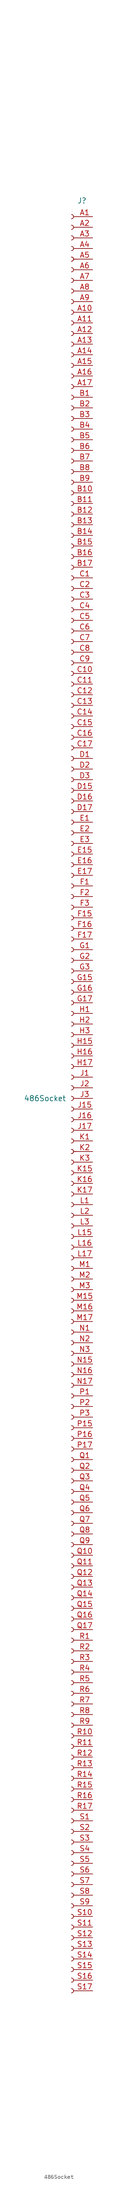
<source format=kicad_sym>
(kicad_symbol_lib
  (version 20211014)
  (generator kicad_symbol_editor)
  (symbol "486Socket"
    (pin_names
      (offset 1.016) hide)
    (property "Reference" "J"
      (at 1.27 215.9 0)
      (effects (font (size 1.27 1.27))))
    (property "Value" "486Socket"
      (at -7.62 1.27 0)
      (effects (font (size 1.27 1.27))))
    (symbol "486Socket_1_1"
      (arc (start -1.27 -212.598) (mid -0.762 -212.09) (end -1.27 -211.582) (stroke (width 0.1524) (type default) (color 0 0 0 0)) (fill (type none)))
      (arc (start -1.27 -210.058) (mid -0.762 -209.55) (end -1.27 -209.042) (stroke (width 0.1524) (type default) (color 0 0 0 0)) (fill (type none)))
      (arc (start -1.27 -207.518) (mid -0.762 -207.01) (end -1.27 -206.502) (stroke (width 0.1524) (type default) (color 0 0 0 0)) (fill (type none)))
      (arc (start -1.27 -204.978) (mid -0.762 -204.47) (end -1.27 -203.962) (stroke (width 0.1524) (type default) (color 0 0 0 0)) (fill (type none)))
      (arc (start -1.27 -202.438) (mid -0.762 -201.93) (end -1.27 -201.422) (stroke (width 0.1524) (type default) (color 0 0 0 0)) (fill (type none)))
      (arc (start -1.27 -199.898) (mid -0.762 -199.39) (end -1.27 -198.882) (stroke (width 0.1524) (type default) (color 0 0 0 0)) (fill (type none)))
      (arc (start -1.27 -197.358) (mid -0.762 -196.85) (end -1.27 -196.342) (stroke (width 0.1524) (type default) (color 0 0 0 0)) (fill (type none)))
      (arc (start -1.27 -194.818) (mid -0.762 -194.31) (end -1.27 -193.802) (stroke (width 0.1524) (type default) (color 0 0 0 0)) (fill (type none)))
      (arc (start -1.27 -192.278) (mid -0.762 -191.77) (end -1.27 -191.262) (stroke (width 0.1524) (type default) (color 0 0 0 0)) (fill (type none)))
      (arc (start -1.27 -189.738) (mid -0.762 -189.23) (end -1.27 -188.722) (stroke (width 0.1524) (type default) (color 0 0 0 0)) (fill (type none)))
      (arc (start -1.27 -187.198) (mid -0.762 -186.69) (end -1.27 -186.182) (stroke (width 0.1524) (type default) (color 0 0 0 0)) (fill (type none)))
      (arc (start -1.27 -184.658) (mid -0.762 -184.15) (end -1.27 -183.642) (stroke (width 0.1524) (type default) (color 0 0 0 0)) (fill (type none)))
      (arc (start -1.27 -182.118) (mid -0.762 -181.61) (end -1.27 -181.102) (stroke (width 0.1524) (type default) (color 0 0 0 0)) (fill (type none)))
      (arc (start -1.27 -179.578) (mid -0.762 -179.07) (end -1.27 -178.562) (stroke (width 0.1524) (type default) (color 0 0 0 0)) (fill (type none)))
      (arc (start -1.27 -177.038) (mid -0.762 -176.53) (end -1.27 -176.022) (stroke (width 0.1524) (type default) (color 0 0 0 0)) (fill (type none)))
      (arc (start -1.27 -174.498) (mid -0.762 -173.99) (end -1.27 -173.482) (stroke (width 0.1524) (type default) (color 0 0 0 0)) (fill (type none)))
      (arc (start -1.27 -171.958) (mid -0.762 -171.45) (end -1.27 -170.942) (stroke (width 0.1524) (type default) (color 0 0 0 0)) (fill (type none)))
      (arc (start -1.27 -169.418) (mid -0.762 -168.91) (end -1.27 -168.402) (stroke (width 0.1524) (type default) (color 0 0 0 0)) (fill (type none)))
      (arc (start -1.27 -166.878) (mid -0.762 -166.37) (end -1.27 -165.862) (stroke (width 0.1524) (type default) (color 0 0 0 0)) (fill (type none)))
      (arc (start -1.27 -164.338) (mid -0.762 -163.83) (end -1.27 -163.322) (stroke (width 0.1524) (type default) (color 0 0 0 0)) (fill (type none)))
      (arc (start -1.27 -161.798) (mid -0.762 -161.29) (end -1.27 -160.782) (stroke (width 0.1524) (type default) (color 0 0 0 0)) (fill (type none)))
      (arc (start -1.27 -159.258) (mid -0.762 -158.75) (end -1.27 -158.242) (stroke (width 0.1524) (type default) (color 0 0 0 0)) (fill (type none)))
      (arc (start -1.27 -156.718) (mid -0.762 -156.21) (end -1.27 -155.702) (stroke (width 0.1524) (type default) (color 0 0 0 0)) (fill (type none)))
      (arc (start -1.27 -154.178) (mid -0.762 -153.67) (end -1.27 -153.162) (stroke (width 0.1524) (type default) (color 0 0 0 0)) (fill (type none)))
      (arc (start -1.27 -151.638) (mid -0.762 -151.13) (end -1.27 -150.622) (stroke (width 0.1524) (type default) (color 0 0 0 0)) (fill (type none)))
      (arc (start -1.27 -149.098) (mid -0.762 -148.59) (end -1.27 -148.082) (stroke (width 0.1524) (type default) (color 0 0 0 0)) (fill (type none)))
      (arc (start -1.27 -146.558) (mid -0.762 -146.05) (end -1.27 -145.542) (stroke (width 0.1524) (type default) (color 0 0 0 0)) (fill (type none)))
      (arc (start -1.27 -144.018) (mid -0.762 -143.51) (end -1.27 -143.002) (stroke (width 0.1524) (type default) (color 0 0 0 0)) (fill (type none)))
      (arc (start -1.27 -141.478) (mid -0.762 -140.97) (end -1.27 -140.462) (stroke (width 0.1524) (type default) (color 0 0 0 0)) (fill (type none)))
      (arc (start -1.27 -138.938) (mid -0.762 -138.43) (end -1.27 -137.922) (stroke (width 0.1524) (type default) (color 0 0 0 0)) (fill (type none)))
      (arc (start -1.27 -136.398) (mid -0.762 -135.89) (end -1.27 -135.382) (stroke (width 0.1524) (type default) (color 0 0 0 0)) (fill (type none)))
      (arc (start -1.27 -133.858) (mid -0.762 -133.35) (end -1.27 -132.842) (stroke (width 0.1524) (type default) (color 0 0 0 0)) (fill (type none)))
      (arc (start -1.27 -131.318) (mid -0.762 -130.81) (end -1.27 -130.302) (stroke (width 0.1524) (type default) (color 0 0 0 0)) (fill (type none)))
      (arc (start -1.27 -128.778) (mid -0.762 -128.27) (end -1.27 -127.762) (stroke (width 0.1524) (type default) (color 0 0 0 0)) (fill (type none)))
      (arc (start -1.27 -126.238) (mid -0.762 -125.73) (end -1.27 -125.222) (stroke (width 0.1524) (type default) (color 0 0 0 0)) (fill (type none)))
      (arc (start -1.27 -123.698) (mid -0.762 -123.19) (end -1.27 -122.682) (stroke (width 0.1524) (type default) (color 0 0 0 0)) (fill (type none)))
      (arc (start -1.27 -121.158) (mid -0.762 -120.65) (end -1.27 -120.142) (stroke (width 0.1524) (type default) (color 0 0 0 0)) (fill (type none)))
      (arc (start -1.27 -118.618) (mid -0.762 -118.11) (end -1.27 -117.602) (stroke (width 0.1524) (type default) (color 0 0 0 0)) (fill (type none)))
      (arc (start -1.27 -116.078) (mid -0.762 -115.57) (end -1.27 -115.062) (stroke (width 0.1524) (type default) (color 0 0 0 0)) (fill (type none)))
      (arc (start -1.27 -113.538) (mid -0.762 -113.03) (end -1.27 -112.522) (stroke (width 0.1524) (type default) (color 0 0 0 0)) (fill (type none)))
      (arc (start -1.27 -110.998) (mid -0.762 -110.49) (end -1.27 -109.982) (stroke (width 0.1524) (type default) (color 0 0 0 0)) (fill (type none)))
      (arc (start -1.27 -108.458) (mid -0.762 -107.95) (end -1.27 -107.442) (stroke (width 0.1524) (type default) (color 0 0 0 0)) (fill (type none)))
      (arc (start -1.27 -105.918) (mid -0.762 -105.41) (end -1.27 -104.902) (stroke (width 0.1524) (type default) (color 0 0 0 0)) (fill (type none)))
      (arc (start -1.27 -103.378) (mid -0.762 -102.87) (end -1.27 -102.362) (stroke (width 0.1524) (type default) (color 0 0 0 0)) (fill (type none)))
      (arc (start -1.27 -100.838) (mid -0.762 -100.33) (end -1.27 -99.822) (stroke (width 0.1524) (type default) (color 0 0 0 0)) (fill (type none)))
      (arc (start -1.27 -98.298) (mid -0.762 -97.79) (end -1.27 -97.282) (stroke (width 0.1524) (type default) (color 0 0 0 0)) (fill (type none)))
      (arc (start -1.27 -95.758) (mid -0.762 -95.25) (end -1.27 -94.742) (stroke (width 0.1524) (type default) (color 0 0 0 0)) (fill (type none)))
      (arc (start -1.27 -93.218) (mid -0.762 -92.71) (end -1.27 -92.202) (stroke (width 0.1524) (type default) (color 0 0 0 0)) (fill (type none)))
      (arc (start -1.27 -90.678) (mid -0.762 -90.17) (end -1.27 -89.662) (stroke (width 0.1524) (type default) (color 0 0 0 0)) (fill (type none)))
      (arc (start -1.27 -88.138) (mid -0.762 -87.63) (end -1.27 -87.122) (stroke (width 0.1524) (type default) (color 0 0 0 0)) (fill (type none)))
      (arc (start -1.27 -85.598) (mid -0.762 -85.09) (end -1.27 -84.582) (stroke (width 0.1524) (type default) (color 0 0 0 0)) (fill (type none)))
      (arc (start -1.27 -83.058) (mid -0.762 -82.55) (end -1.27 -82.042) (stroke (width 0.1524) (type default) (color 0 0 0 0)) (fill (type none)))
      (arc (start -1.27 -80.518) (mid -0.762 -80.01) (end -1.27 -79.502) (stroke (width 0.1524) (type default) (color 0 0 0 0)) (fill (type none)))
      (arc (start -1.27 -77.978) (mid -0.762 -77.47) (end -1.27 -76.962) (stroke (width 0.1524) (type default) (color 0 0 0 0)) (fill (type none)))
      (arc (start -1.27 -75.438) (mid -0.762 -74.93) (end -1.27 -74.422) (stroke (width 0.1524) (type default) (color 0 0 0 0)) (fill (type none)))
      (arc (start -1.27 -72.898) (mid -0.762 -72.39) (end -1.27 -71.882) (stroke (width 0.1524) (type default) (color 0 0 0 0)) (fill (type none)))
      (arc (start -1.27 -70.358) (mid -0.762 -69.85) (end -1.27 -69.342) (stroke (width 0.1524) (type default) (color 0 0 0 0)) (fill (type none)))
      (arc (start -1.27 -67.818) (mid -0.762 -67.31) (end -1.27 -66.802) (stroke (width 0.1524) (type default) (color 0 0 0 0)) (fill (type none)))
      (arc (start -1.27 -65.278) (mid -0.762 -64.77) (end -1.27 -64.262) (stroke (width 0.1524) (type default) (color 0 0 0 0)) (fill (type none)))
      (arc (start -1.27 -62.738) (mid -0.762 -62.23) (end -1.27 -61.722) (stroke (width 0.1524) (type default) (color 0 0 0 0)) (fill (type none)))
      (arc (start -1.27 -60.198) (mid -0.762 -59.69) (end -1.27 -59.182) (stroke (width 0.1524) (type default) (color 0 0 0 0)) (fill (type none)))
      (arc (start -1.27 -57.658) (mid -0.762 -57.15) (end -1.27 -56.642) (stroke (width 0.1524) (type default) (color 0 0 0 0)) (fill (type none)))
      (arc (start -1.27 -55.118) (mid -0.762 -54.61) (end -1.27 -54.102) (stroke (width 0.1524) (type default) (color 0 0 0 0)) (fill (type none)))
      (arc (start -1.27 -52.578) (mid -0.762 -52.07) (end -1.27 -51.562) (stroke (width 0.1524) (type default) (color 0 0 0 0)) (fill (type none)))
      (arc (start -1.27 -50.038) (mid -0.762 -49.53) (end -1.27 -49.022) (stroke (width 0.1524) (type default) (color 0 0 0 0)) (fill (type none)))
      (arc (start -1.27 -47.498) (mid -0.762 -46.99) (end -1.27 -46.482) (stroke (width 0.1524) (type default) (color 0 0 0 0)) (fill (type none)))
      (arc (start -1.27 -44.958) (mid -0.762 -44.45) (end -1.27 -43.942) (stroke (width 0.1524) (type default) (color 0 0 0 0)) (fill (type none)))
      (arc (start -1.27 -42.418) (mid -0.762 -41.91) (end -1.27 -41.402) (stroke (width 0.1524) (type default) (color 0 0 0 0)) (fill (type none)))
      (arc (start -1.27 -39.878) (mid -0.762 -39.37) (end -1.27 -38.862) (stroke (width 0.1524) (type default) (color 0 0 0 0)) (fill (type none)))
      (arc (start -1.27 -37.338) (mid -0.762 -36.83) (end -1.27 -36.322) (stroke (width 0.1524) (type default) (color 0 0 0 0)) (fill (type none)))
      (arc (start -1.27 -34.798) (mid -0.762 -34.29) (end -1.27 -33.782) (stroke (width 0.1524) (type default) (color 0 0 0 0)) (fill (type none)))
      (arc (start -1.27 -32.258) (mid -0.762 -31.75) (end -1.27 -31.242) (stroke (width 0.1524) (type default) (color 0 0 0 0)) (fill (type none)))
      (arc (start -1.27 -29.718) (mid -0.762 -29.21) (end -1.27 -28.702) (stroke (width 0.1524) (type default) (color 0 0 0 0)) (fill (type none)))
      (arc (start -1.27 -27.178) (mid -0.762 -26.67) (end -1.27 -26.162) (stroke (width 0.1524) (type default) (color 0 0 0 0)) (fill (type none)))
      (arc (start -1.27 -24.638) (mid -0.762 -24.13) (end -1.27 -23.622) (stroke (width 0.1524) (type default) (color 0 0 0 0)) (fill (type none)))
      (arc (start -1.27 -22.098) (mid -0.762 -21.59) (end -1.27 -21.082) (stroke (width 0.1524) (type default) (color 0 0 0 0)) (fill (type none)))
      (arc (start -1.27 -19.558) (mid -0.762 -19.05) (end -1.27 -18.542) (stroke (width 0.1524) (type default) (color 0 0 0 0)) (fill (type none)))
      (arc (start -1.27 -17.018) (mid -0.762 -16.51) (end -1.27 -16.002) (stroke (width 0.1524) (type default) (color 0 0 0 0)) (fill (type none)))
      (arc (start -1.27 -14.478) (mid -0.762 -13.97) (end -1.27 -13.462) (stroke (width 0.1524) (type default) (color 0 0 0 0)) (fill (type none)))
      (arc (start -1.27 -11.938) (mid -0.762 -11.43) (end -1.27 -10.922) (stroke (width 0.1524) (type default) (color 0 0 0 0)) (fill (type none)))
      (arc (start -1.27 -11.938) (mid -0.762 -11.43) (end -1.27 -10.922) (stroke (width 0.1524) (type default) (color 0 0 0 0)) (fill (type none)))
      (arc (start -1.27 -9.398) (mid -0.762 -8.89) (end -1.27 -8.382) (stroke (width 0.1524) (type default) (color 0 0 0 0)) (fill (type none)))
      (arc (start -1.27 -6.858) (mid -0.762 -6.35) (end -1.27 -5.842) (stroke (width 0.1524) (type default) (color 0 0 0 0)) (fill (type none)))
      (arc (start -1.27 -4.318) (mid -0.762 -3.81) (end -1.27 -3.302) (stroke (width 0.1524) (type default) (color 0 0 0 0)) (fill (type none)))
      (arc (start -1.27 -1.778) (mid -0.762 -1.27) (end -1.27 -0.762) (stroke (width 0.1524) (type default) (color 0 0 0 0)) (fill (type none)))
      (arc (start -1.27 0.762) (mid -0.762 1.27) (end -1.27 1.778) (stroke (width 0.1524) (type default) (color 0 0 0 0)) (fill (type none)))
      (arc (start -1.27 3.302) (mid -0.762 3.81) (end -1.27 4.318) (stroke (width 0.1524) (type default) (color 0 0 0 0)) (fill (type none)))
      (arc (start -1.27 5.842) (mid -0.762 6.35) (end -1.27 6.858) (stroke (width 0.1524) (type default) (color 0 0 0 0)) (fill (type none)))
      (arc (start -1.27 8.382) (mid -0.762 8.89) (end -1.27 9.398) (stroke (width 0.1524) (type default) (color 0 0 0 0)) (fill (type none)))
      (arc (start -1.27 10.922) (mid -0.762 11.43) (end -1.27 11.938) (stroke (width 0.1524) (type default) (color 0 0 0 0)) (fill (type none)))
      (arc (start -1.27 13.462) (mid -0.762 13.97) (end -1.27 14.478) (stroke (width 0.1524) (type default) (color 0 0 0 0)) (fill (type none)))
      (arc (start -1.27 16.002) (mid -0.762 16.51) (end -1.27 17.018) (stroke (width 0.1524) (type default) (color 0 0 0 0)) (fill (type none)))
      (arc (start -1.27 18.542) (mid -0.762 19.05) (end -1.27 19.558) (stroke (width 0.1524) (type default) (color 0 0 0 0)) (fill (type none)))
      (arc (start -1.27 21.082) (mid -0.762 21.59) (end -1.27 22.098) (stroke (width 0.1524) (type default) (color 0 0 0 0)) (fill (type none)))
      (arc (start -1.27 23.622) (mid -0.762 24.13) (end -1.27 24.638) (stroke (width 0.1524) (type default) (color 0 0 0 0)) (fill (type none)))
      (arc (start -1.27 26.162) (mid -0.762 26.67) (end -1.27 27.178) (stroke (width 0.1524) (type default) (color 0 0 0 0)) (fill (type none)))
      (arc (start -1.27 28.702) (mid -0.762 29.21) (end -1.27 29.718) (stroke (width 0.1524) (type default) (color 0 0 0 0)) (fill (type none)))
      (arc (start -1.27 31.242) (mid -0.762 31.75) (end -1.27 32.258) (stroke (width 0.1524) (type default) (color 0 0 0 0)) (fill (type none)))
      (arc (start -1.27 33.782) (mid -0.762 34.29) (end -1.27 34.798) (stroke (width 0.1524) (type default) (color 0 0 0 0)) (fill (type none)))
      (arc (start -1.27 36.322) (mid -0.762 36.83) (end -1.27 37.338) (stroke (width 0.1524) (type default) (color 0 0 0 0)) (fill (type none)))
      (arc (start -1.27 38.862) (mid -0.762 39.37) (end -1.27 39.878) (stroke (width 0.1524) (type default) (color 0 0 0 0)) (fill (type none)))
      (arc (start -1.27 41.402) (mid -0.762 41.91) (end -1.27 42.418) (stroke (width 0.1524) (type default) (color 0 0 0 0)) (fill (type none)))
      (arc (start -1.27 43.942) (mid -0.762 44.45) (end -1.27 44.958) (stroke (width 0.1524) (type default) (color 0 0 0 0)) (fill (type none)))
      (arc (start -1.27 46.482) (mid -0.762 46.99) (end -1.27 47.498) (stroke (width 0.1524) (type default) (color 0 0 0 0)) (fill (type none)))
      (arc (start -1.27 49.022) (mid -0.762 49.53) (end -1.27 50.038) (stroke (width 0.1524) (type default) (color 0 0 0 0)) (fill (type none)))
      (arc (start -1.27 51.562) (mid -0.762 52.07) (end -1.27 52.578) (stroke (width 0.1524) (type default) (color 0 0 0 0)) (fill (type none)))
      (arc (start -1.27 54.102) (mid -0.762 54.61) (end -1.27 55.118) (stroke (width 0.1524) (type default) (color 0 0 0 0)) (fill (type none)))
      (arc (start -1.27 56.642) (mid -0.762 57.15) (end -1.27 57.658) (stroke (width 0.1524) (type default) (color 0 0 0 0)) (fill (type none)))
      (arc (start -1.27 59.182) (mid -0.762 59.69) (end -1.27 60.198) (stroke (width 0.1524) (type default) (color 0 0 0 0)) (fill (type none)))
      (arc (start -1.27 61.722) (mid -0.762 62.23) (end -1.27 62.738) (stroke (width 0.1524) (type default) (color 0 0 0 0)) (fill (type none)))
      (arc (start -1.27 64.262) (mid -0.762 64.77) (end -1.27 65.278) (stroke (width 0.1524) (type default) (color 0 0 0 0)) (fill (type none)))
      (arc (start -1.27 66.802) (mid -0.762 67.31) (end -1.27 67.818) (stroke (width 0.1524) (type default) (color 0 0 0 0)) (fill (type none)))
      (arc (start -1.27 69.342) (mid -0.762 69.85) (end -1.27 70.358) (stroke (width 0.1524) (type default) (color 0 0 0 0)) (fill (type none)))
      (arc (start -1.27 71.882) (mid -0.762 72.39) (end -1.27 72.898) (stroke (width 0.1524) (type default) (color 0 0 0 0)) (fill (type none)))
      (arc (start -1.27 74.422) (mid -0.762 74.93) (end -1.27 75.438) (stroke (width 0.1524) (type default) (color 0 0 0 0)) (fill (type none)))
      (arc (start -1.27 76.962) (mid -0.762 77.47) (end -1.27 77.978) (stroke (width 0.1524) (type default) (color 0 0 0 0)) (fill (type none)))
      (arc (start -1.27 79.502) (mid -0.762 80.01) (end -1.27 80.518) (stroke (width 0.1524) (type default) (color 0 0 0 0)) (fill (type none)))
      (arc (start -1.27 82.042) (mid -0.762 82.55) (end -1.27 83.058) (stroke (width 0.1524) (type default) (color 0 0 0 0)) (fill (type none)))
      (arc (start -1.27 84.582) (mid -0.762 85.09) (end -1.27 85.598) (stroke (width 0.1524) (type default) (color 0 0 0 0)) (fill (type none)))
      (arc (start -1.27 87.122) (mid -0.762 87.63) (end -1.27 88.138) (stroke (width 0.1524) (type default) (color 0 0 0 0)) (fill (type none)))
      (arc (start -1.27 89.662) (mid -0.762 90.17) (end -1.27 90.678) (stroke (width 0.1524) (type default) (color 0 0 0 0)) (fill (type none)))
      (arc (start -1.27 92.202) (mid -0.762 92.71) (end -1.27 93.218) (stroke (width 0.1524) (type default) (color 0 0 0 0)) (fill (type none)))
      (arc (start -1.27 94.742) (mid -0.762 95.25) (end -1.27 95.758) (stroke (width 0.1524) (type default) (color 0 0 0 0)) (fill (type none)))
      (arc (start -1.27 97.282) (mid -0.762 97.79) (end -1.27 98.298) (stroke (width 0.1524) (type default) (color 0 0 0 0)) (fill (type none)))
      (arc (start -1.27 99.822) (mid -0.762 100.33) (end -1.27 100.838) (stroke (width 0.1524) (type default) (color 0 0 0 0)) (fill (type none)))
      (arc (start -1.27 102.362) (mid -0.762 102.87) (end -1.27 103.378) (stroke (width 0.1524) (type default) (color 0 0 0 0)) (fill (type none)))
      (arc (start -1.27 104.902) (mid -0.762 105.41) (end -1.27 105.918) (stroke (width 0.1524) (type default) (color 0 0 0 0)) (fill (type none)))
      (arc (start -1.27 107.442) (mid -0.762 107.95) (end -1.27 108.458) (stroke (width 0.1524) (type default) (color 0 0 0 0)) (fill (type none)))
      (arc (start -1.27 109.982) (mid -0.762 110.49) (end -1.27 110.998) (stroke (width 0.1524) (type default) (color 0 0 0 0)) (fill (type none)))
      (arc (start -1.27 112.522) (mid -0.762 113.03) (end -1.27 113.538) (stroke (width 0.1524) (type default) (color 0 0 0 0)) (fill (type none)))
      (arc (start -1.27 115.062) (mid -0.762 115.57) (end -1.27 116.078) (stroke (width 0.1524) (type default) (color 0 0 0 0)) (fill (type none)))
      (arc (start -1.27 117.602) (mid -0.762 118.11) (end -1.27 118.618) (stroke (width 0.1524) (type default) (color 0 0 0 0)) (fill (type none)))
      (arc (start -1.27 120.142) (mid -0.762 120.65) (end -1.27 121.158) (stroke (width 0.1524) (type default) (color 0 0 0 0)) (fill (type none)))
      (arc (start -1.27 122.682) (mid -0.762 123.19) (end -1.27 123.698) (stroke (width 0.1524) (type default) (color 0 0 0 0)) (fill (type none)))
      (arc (start -1.27 125.222) (mid -0.762 125.73) (end -1.27 126.238) (stroke (width 0.1524) (type default) (color 0 0 0 0)) (fill (type none)))
      (arc (start -1.27 127.762) (mid -0.762 128.27) (end -1.27 128.778) (stroke (width 0.1524) (type default) (color 0 0 0 0)) (fill (type none)))
      (arc (start -1.27 130.302) (mid -0.762 130.81) (end -1.27 131.318) (stroke (width 0.1524) (type default) (color 0 0 0 0)) (fill (type none)))
      (arc (start -1.27 132.842) (mid -0.762 133.35) (end -1.27 133.858) (stroke (width 0.1524) (type default) (color 0 0 0 0)) (fill (type none)))
      (arc (start -1.27 135.382) (mid -0.762 135.89) (end -1.27 136.398) (stroke (width 0.1524) (type default) (color 0 0 0 0)) (fill (type none)))
      (arc (start -1.27 137.922) (mid -0.762 138.43) (end -1.27 138.938) (stroke (width 0.1524) (type default) (color 0 0 0 0)) (fill (type none)))
      (arc (start -1.27 140.462) (mid -0.762 140.97) (end -1.27 141.478) (stroke (width 0.1524) (type default) (color 0 0 0 0)) (fill (type none)))
      (arc (start -1.27 143.002) (mid -0.762 143.51) (end -1.27 144.018) (stroke (width 0.1524) (type default) (color 0 0 0 0)) (fill (type none)))
      (arc (start -1.27 145.542) (mid -0.762 146.05) (end -1.27 146.558) (stroke (width 0.1524) (type default) (color 0 0 0 0)) (fill (type none)))
      (arc (start -1.27 148.082) (mid -0.762 148.59) (end -1.27 149.098) (stroke (width 0.1524) (type default) (color 0 0 0 0)) (fill (type none)))
      (arc (start -1.27 150.622) (mid -0.762 151.13) (end -1.27 151.638) (stroke (width 0.1524) (type default) (color 0 0 0 0)) (fill (type none)))
      (arc (start -1.27 153.162) (mid -0.762 153.67) (end -1.27 154.178) (stroke (width 0.1524) (type default) (color 0 0 0 0)) (fill (type none)))
      (arc (start -1.27 155.702) (mid -0.762 156.21) (end -1.27 156.718) (stroke (width 0.1524) (type default) (color 0 0 0 0)) (fill (type none)))
      (arc (start -1.27 158.242) (mid -0.762 158.75) (end -1.27 159.258) (stroke (width 0.1524) (type default) (color 0 0 0 0)) (fill (type none)))
      (arc (start -1.27 160.782) (mid -0.762 161.29) (end -1.27 161.798) (stroke (width 0.1524) (type default) (color 0 0 0 0)) (fill (type none)))
      (arc (start -1.27 163.322) (mid -0.762 163.83) (end -1.27 164.338) (stroke (width 0.1524) (type default) (color 0 0 0 0)) (fill (type none)))
      (arc (start -1.27 165.862) (mid -0.762 166.37) (end -1.27 166.878) (stroke (width 0.1524) (type default) (color 0 0 0 0)) (fill (type none)))
      (arc (start -1.27 168.402) (mid -0.762 168.91) (end -1.27 169.418) (stroke (width 0.1524) (type default) (color 0 0 0 0)) (fill (type none)))
      (arc (start -1.27 170.942) (mid -0.762 171.45) (end -1.27 171.958) (stroke (width 0.1524) (type default) (color 0 0 0 0)) (fill (type none)))
      (arc (start -1.27 173.482) (mid -0.762 173.99) (end -1.27 174.498) (stroke (width 0.1524) (type default) (color 0 0 0 0)) (fill (type none)))
      (arc (start -1.27 176.022) (mid -0.762 176.53) (end -1.27 177.038) (stroke (width 0.1524) (type default) (color 0 0 0 0)) (fill (type none)))
      (arc (start -1.27 178.562) (mid -0.762 179.07) (end -1.27 179.578) (stroke (width 0.1524) (type default) (color 0 0 0 0)) (fill (type none)))
      (arc (start -1.27 181.102) (mid -0.762 181.61) (end -1.27 182.118) (stroke (width 0.1524) (type default) (color 0 0 0 0)) (fill (type none)))
      (arc (start -1.27 183.642) (mid -0.762 184.15) (end -1.27 184.658) (stroke (width 0.1524) (type default) (color 0 0 0 0)) (fill (type none)))
      (arc (start -1.27 186.182) (mid -0.762 186.69) (end -1.27 187.198) (stroke (width 0.1524) (type default) (color 0 0 0 0)) (fill (type none)))
      (arc (start -1.27 188.722) (mid -0.762 189.23) (end -1.27 189.738) (stroke (width 0.1524) (type default) (color 0 0 0 0)) (fill (type none)))
      (arc (start -1.27 191.262) (mid -0.762 191.77) (end -1.27 192.278) (stroke (width 0.1524) (type default) (color 0 0 0 0)) (fill (type none)))
      (arc (start -1.27 193.802) (mid -0.762 194.31) (end -1.27 194.818) (stroke (width 0.1524) (type default) (color 0 0 0 0)) (fill (type none)))
      (arc (start -1.27 196.342) (mid -0.762 196.85) (end -1.27 197.358) (stroke (width 0.1524) (type default) (color 0 0 0 0)) (fill (type none)))
      (arc (start -1.27 198.882) (mid -0.762 199.39) (end -1.27 199.898) (stroke (width 0.1524) (type default) (color 0 0 0 0)) (fill (type none)))
      (arc (start -1.27 201.422) (mid -0.762 201.93) (end -1.27 202.438) (stroke (width 0.1524) (type default) (color 0 0 0 0)) (fill (type none)))
      (arc (start -1.27 201.422) (mid -0.762 201.93) (end -1.27 202.438) (stroke (width 0.1524) (type default) (color 0 0 0 0)) (fill (type none)))
      (arc (start -1.27 203.962) (mid -0.762 204.47) (end -1.27 204.978) (stroke (width 0.1524) (type default) (color 0 0 0 0)) (fill (type none)))
      (arc (start -1.27 206.502) (mid -0.762 207.01) (end -1.27 207.518) (stroke (width 0.1524) (type default) (color 0 0 0 0)) (fill (type none)))
      (arc (start -1.27 209.042) (mid -0.762 209.55) (end -1.27 210.058) (stroke (width 0.1524) (type default) (color 0 0 0 0)) (fill (type none)))
      (arc (start -1.27 211.582) (mid -0.762 212.09) (end -1.27 212.598) (stroke (width 0.1524) (type default) (color 0 0 0 0)) (fill (type none)))
      (polyline (pts (xy 0 -212.09) (xy -0.762 -212.09)) (stroke (width 0.152) (type default) (color 0 0 0 0)) (fill (type none)))
      (polyline (pts (xy 0 -209.55) (xy -0.762 -209.55)) (stroke (width 0.152) (type default) (color 0 0 0 0)) (fill (type none)))
      (polyline (pts (xy 0 -207.01) (xy -0.762 -207.01)) (stroke (width 0.152) (type default) (color 0 0 0 0)) (fill (type none)))
      (polyline (pts (xy 0 -204.47) (xy -0.762 -204.47)) (stroke (width 0.152) (type default) (color 0 0 0 0)) (fill (type none)))
      (polyline (pts (xy 0 -201.93) (xy -0.762 -201.93)) (stroke (width 0.152) (type default) (color 0 0 0 0)) (fill (type none)))
      (polyline (pts (xy 0 -199.39) (xy -0.762 -199.39)) (stroke (width 0.152) (type default) (color 0 0 0 0)) (fill (type none)))
      (polyline (pts (xy 0 -196.85) (xy -0.762 -196.85)) (stroke (width 0.152) (type default) (color 0 0 0 0)) (fill (type none)))
      (polyline (pts (xy 0 -194.31) (xy -0.762 -194.31)) (stroke (width 0.152) (type default) (color 0 0 0 0)) (fill (type none)))
      (polyline (pts (xy 0 -191.77) (xy -0.762 -191.77)) (stroke (width 0.152) (type default) (color 0 0 0 0)) (fill (type none)))
      (polyline (pts (xy 0 -189.23) (xy -0.762 -189.23)) (stroke (width 0.152) (type default) (color 0 0 0 0)) (fill (type none)))
      (polyline (pts (xy 0 -186.69) (xy -0.762 -186.69)) (stroke (width 0.152) (type default) (color 0 0 0 0)) (fill (type none)))
      (polyline (pts (xy 0 -184.15) (xy -0.762 -184.15)) (stroke (width 0.152) (type default) (color 0 0 0 0)) (fill (type none)))
      (polyline (pts (xy 0 -181.61) (xy -0.762 -181.61)) (stroke (width 0.152) (type default) (color 0 0 0 0)) (fill (type none)))
      (polyline (pts (xy 0 -179.07) (xy -0.762 -179.07)) (stroke (width 0.152) (type default) (color 0 0 0 0)) (fill (type none)))
      (polyline (pts (xy 0 -176.53) (xy -0.762 -176.53)) (stroke (width 0.152) (type default) (color 0 0 0 0)) (fill (type none)))
      (polyline (pts (xy 0 -173.99) (xy -0.762 -173.99)) (stroke (width 0.152) (type default) (color 0 0 0 0)) (fill (type none)))
      (polyline (pts (xy 0 -171.45) (xy -0.762 -171.45)) (stroke (width 0.152) (type default) (color 0 0 0 0)) (fill (type none)))
      (polyline (pts (xy 0 -168.91) (xy -0.762 -168.91)) (stroke (width 0.152) (type default) (color 0 0 0 0)) (fill (type none)))
      (polyline (pts (xy 0 -166.37) (xy -0.762 -166.37)) (stroke (width 0.152) (type default) (color 0 0 0 0)) (fill (type none)))
      (polyline (pts (xy 0 -163.83) (xy -0.762 -163.83)) (stroke (width 0.152) (type default) (color 0 0 0 0)) (fill (type none)))
      (polyline (pts (xy 0 -161.29) (xy -0.762 -161.29)) (stroke (width 0.152) (type default) (color 0 0 0 0)) (fill (type none)))
      (polyline (pts (xy 0 -158.75) (xy -0.762 -158.75)) (stroke (width 0.152) (type default) (color 0 0 0 0)) (fill (type none)))
      (polyline (pts (xy 0 -156.21) (xy -0.762 -156.21)) (stroke (width 0.152) (type default) (color 0 0 0 0)) (fill (type none)))
      (polyline (pts (xy 0 -153.67) (xy -0.762 -153.67)) (stroke (width 0.152) (type default) (color 0 0 0 0)) (fill (type none)))
      (polyline (pts (xy 0 -151.13) (xy -0.762 -151.13)) (stroke (width 0.152) (type default) (color 0 0 0 0)) (fill (type none)))
      (polyline (pts (xy 0 -148.59) (xy -0.762 -148.59)) (stroke (width 0.152) (type default) (color 0 0 0 0)) (fill (type none)))
      (polyline (pts (xy 0 -146.05) (xy -0.762 -146.05)) (stroke (width 0.152) (type default) (color 0 0 0 0)) (fill (type none)))
      (polyline (pts (xy 0 -143.51) (xy -0.762 -143.51)) (stroke (width 0.152) (type default) (color 0 0 0 0)) (fill (type none)))
      (polyline (pts (xy 0 -140.97) (xy -0.762 -140.97)) (stroke (width 0.152) (type default) (color 0 0 0 0)) (fill (type none)))
      (polyline (pts (xy 0 -138.43) (xy -0.762 -138.43)) (stroke (width 0.152) (type default) (color 0 0 0 0)) (fill (type none)))
      (polyline (pts (xy 0 -135.89) (xy -0.762 -135.89)) (stroke (width 0.152) (type default) (color 0 0 0 0)) (fill (type none)))
      (polyline (pts (xy 0 -133.35) (xy -0.762 -133.35)) (stroke (width 0.152) (type default) (color 0 0 0 0)) (fill (type none)))
      (polyline (pts (xy 0 -130.81) (xy -0.762 -130.81)) (stroke (width 0.152) (type default) (color 0 0 0 0)) (fill (type none)))
      (polyline (pts (xy 0 -128.27) (xy -0.762 -128.27)) (stroke (width 0.152) (type default) (color 0 0 0 0)) (fill (type none)))
      (polyline (pts (xy 0 -125.73) (xy -0.762 -125.73)) (stroke (width 0.152) (type default) (color 0 0 0 0)) (fill (type none)))
      (polyline (pts (xy 0 -123.19) (xy -0.762 -123.19)) (stroke (width 0.152) (type default) (color 0 0 0 0)) (fill (type none)))
      (polyline (pts (xy 0 -120.65) (xy -0.762 -120.65)) (stroke (width 0.152) (type default) (color 0 0 0 0)) (fill (type none)))
      (polyline (pts (xy 0 -118.11) (xy -0.762 -118.11)) (stroke (width 0.152) (type default) (color 0 0 0 0)) (fill (type none)))
      (polyline (pts (xy 0 -115.57) (xy -0.762 -115.57)) (stroke (width 0.152) (type default) (color 0 0 0 0)) (fill (type none)))
      (polyline (pts (xy 0 -113.03) (xy -0.762 -113.03)) (stroke (width 0.152) (type default) (color 0 0 0 0)) (fill (type none)))
      (polyline (pts (xy 0 -110.49) (xy -0.762 -110.49)) (stroke (width 0.152) (type default) (color 0 0 0 0)) (fill (type none)))
      (polyline (pts (xy 0 -107.95) (xy -0.762 -107.95)) (stroke (width 0.152) (type default) (color 0 0 0 0)) (fill (type none)))
      (polyline (pts (xy 0 -105.41) (xy -0.762 -105.41)) (stroke (width 0.152) (type default) (color 0 0 0 0)) (fill (type none)))
      (polyline (pts (xy 0 -102.87) (xy -0.762 -102.87)) (stroke (width 0.152) (type default) (color 0 0 0 0)) (fill (type none)))
      (polyline (pts (xy 0 -100.33) (xy -0.762 -100.33)) (stroke (width 0.152) (type default) (color 0 0 0 0)) (fill (type none)))
      (polyline (pts (xy 0 -97.79) (xy -0.762 -97.79)) (stroke (width 0.152) (type default) (color 0 0 0 0)) (fill (type none)))
      (polyline (pts (xy 0 -95.25) (xy -0.762 -95.25)) (stroke (width 0.152) (type default) (color 0 0 0 0)) (fill (type none)))
      (polyline (pts (xy 0 -92.71) (xy -0.762 -92.71)) (stroke (width 0.152) (type default) (color 0 0 0 0)) (fill (type none)))
      (polyline (pts (xy 0 -90.17) (xy -0.762 -90.17)) (stroke (width 0.152) (type default) (color 0 0 0 0)) (fill (type none)))
      (polyline (pts (xy 0 -87.63) (xy -0.762 -87.63)) (stroke (width 0.152) (type default) (color 0 0 0 0)) (fill (type none)))
      (polyline (pts (xy 0 -85.09) (xy -0.762 -85.09)) (stroke (width 0.152) (type default) (color 0 0 0 0)) (fill (type none)))
      (polyline (pts (xy 0 -82.55) (xy -0.762 -82.55)) (stroke (width 0.152) (type default) (color 0 0 0 0)) (fill (type none)))
      (polyline (pts (xy 0 -80.01) (xy -0.762 -80.01)) (stroke (width 0.152) (type default) (color 0 0 0 0)) (fill (type none)))
      (polyline (pts (xy 0 -77.47) (xy -0.762 -77.47)) (stroke (width 0.152) (type default) (color 0 0 0 0)) (fill (type none)))
      (polyline (pts (xy 0 -74.93) (xy -0.762 -74.93)) (stroke (width 0.152) (type default) (color 0 0 0 0)) (fill (type none)))
      (polyline (pts (xy 0 -72.39) (xy -0.762 -72.39)) (stroke (width 0.152) (type default) (color 0 0 0 0)) (fill (type none)))
      (polyline (pts (xy 0 -69.85) (xy -0.762 -69.85)) (stroke (width 0.152) (type default) (color 0 0 0 0)) (fill (type none)))
      (polyline (pts (xy 0 -67.31) (xy -0.762 -67.31)) (stroke (width 0.152) (type default) (color 0 0 0 0)) (fill (type none)))
      (polyline (pts (xy 0 -64.77) (xy -0.762 -64.77)) (stroke (width 0.152) (type default) (color 0 0 0 0)) (fill (type none)))
      (polyline (pts (xy 0 -62.23) (xy -0.762 -62.23)) (stroke (width 0.152) (type default) (color 0 0 0 0)) (fill (type none)))
      (polyline (pts (xy 0 -59.69) (xy -0.762 -59.69)) (stroke (width 0.152) (type default) (color 0 0 0 0)) (fill (type none)))
      (polyline (pts (xy 0 -57.15) (xy -0.762 -57.15)) (stroke (width 0.152) (type default) (color 0 0 0 0)) (fill (type none)))
      (polyline (pts (xy 0 -54.61) (xy -0.762 -54.61)) (stroke (width 0.152) (type default) (color 0 0 0 0)) (fill (type none)))
      (polyline (pts (xy 0 -52.07) (xy -0.762 -52.07)) (stroke (width 0.152) (type default) (color 0 0 0 0)) (fill (type none)))
      (polyline (pts (xy 0 -49.53) (xy -0.762 -49.53)) (stroke (width 0.152) (type default) (color 0 0 0 0)) (fill (type none)))
      (polyline (pts (xy 0 -46.99) (xy -0.762 -46.99)) (stroke (width 0.152) (type default) (color 0 0 0 0)) (fill (type none)))
      (polyline (pts (xy 0 -44.45) (xy -0.762 -44.45)) (stroke (width 0.152) (type default) (color 0 0 0 0)) (fill (type none)))
      (polyline (pts (xy 0 -41.91) (xy -0.762 -41.91)) (stroke (width 0.152) (type default) (color 0 0 0 0)) (fill (type none)))
      (polyline (pts (xy 0 -39.37) (xy -0.762 -39.37)) (stroke (width 0.152) (type default) (color 0 0 0 0)) (fill (type none)))
      (polyline (pts (xy 0 -36.83) (xy -0.762 -36.83)) (stroke (width 0.152) (type default) (color 0 0 0 0)) (fill (type none)))
      (polyline (pts (xy 0 -34.29) (xy -0.762 -34.29)) (stroke (width 0.152) (type default) (color 0 0 0 0)) (fill (type none)))
      (polyline (pts (xy 0 -31.75) (xy -0.762 -31.75)) (stroke (width 0.152) (type default) (color 0 0 0 0)) (fill (type none)))
      (polyline (pts (xy 0 -29.21) (xy -0.762 -29.21)) (stroke (width 0.152) (type default) (color 0 0 0 0)) (fill (type none)))
      (polyline (pts (xy 0 -26.67) (xy -0.762 -26.67)) (stroke (width 0.152) (type default) (color 0 0 0 0)) (fill (type none)))
      (polyline (pts (xy 0 -24.13) (xy -0.762 -24.13)) (stroke (width 0.152) (type default) (color 0 0 0 0)) (fill (type none)))
      (polyline (pts (xy 0 -21.59) (xy -0.762 -21.59)) (stroke (width 0.152) (type default) (color 0 0 0 0)) (fill (type none)))
      (polyline (pts (xy 0 -19.05) (xy -0.762 -19.05)) (stroke (width 0.152) (type default) (color 0 0 0 0)) (fill (type none)))
      (polyline (pts (xy 0 -16.51) (xy -0.762 -16.51)) (stroke (width 0.152) (type default) (color 0 0 0 0)) (fill (type none)))
      (polyline (pts (xy 0 -13.97) (xy -0.762 -13.97)) (stroke (width 0.152) (type default) (color 0 0 0 0)) (fill (type none)))
      (polyline (pts (xy 0 -11.43) (xy -0.762 -11.43)) (stroke (width 0.152) (type default) (color 0 0 0 0)) (fill (type none)))
      (polyline (pts (xy 0 -11.43) (xy -0.762 -11.43)) (stroke (width 0.152) (type default) (color 0 0 0 0)) (fill (type none)))
      (polyline (pts (xy 0 -8.89) (xy -0.762 -8.89)) (stroke (width 0.152) (type default) (color 0 0 0 0)) (fill (type none)))
      (polyline (pts (xy 0 -6.35) (xy -0.762 -6.35)) (stroke (width 0.152) (type default) (color 0 0 0 0)) (fill (type none)))
      (polyline (pts (xy 0 -3.81) (xy -0.762 -3.81)) (stroke (width 0.152) (type default) (color 0 0 0 0)) (fill (type none)))
      (polyline (pts (xy 0 -1.27) (xy -0.762 -1.27)) (stroke (width 0.152) (type default) (color 0 0 0 0)) (fill (type none)))
      (polyline (pts (xy 0 1.27) (xy -0.762 1.27)) (stroke (width 0.152) (type default) (color 0 0 0 0)) (fill (type none)))
      (polyline (pts (xy 0 3.81) (xy -0.762 3.81)) (stroke (width 0.152) (type default) (color 0 0 0 0)) (fill (type none)))
      (polyline (pts (xy 0 6.35) (xy -0.762 6.35)) (stroke (width 0.152) (type default) (color 0 0 0 0)) (fill (type none)))
      (polyline (pts (xy 0 8.89) (xy -0.762 8.89)) (stroke (width 0.152) (type default) (color 0 0 0 0)) (fill (type none)))
      (polyline (pts (xy 0 11.43) (xy -0.762 11.43)) (stroke (width 0.152) (type default) (color 0 0 0 0)) (fill (type none)))
      (polyline (pts (xy 0 13.97) (xy -0.762 13.97)) (stroke (width 0.152) (type default) (color 0 0 0 0)) (fill (type none)))
      (polyline (pts (xy 0 16.51) (xy -0.762 16.51)) (stroke (width 0.152) (type default) (color 0 0 0 0)) (fill (type none)))
      (polyline (pts (xy 0 19.05) (xy -0.762 19.05)) (stroke (width 0.152) (type default) (color 0 0 0 0)) (fill (type none)))
      (polyline (pts (xy 0 21.59) (xy -0.762 21.59)) (stroke (width 0.152) (type default) (color 0 0 0 0)) (fill (type none)))
      (polyline (pts (xy 0 24.13) (xy -0.762 24.13)) (stroke (width 0.152) (type default) (color 0 0 0 0)) (fill (type none)))
      (polyline (pts (xy 0 26.67) (xy -0.762 26.67)) (stroke (width 0.152) (type default) (color 0 0 0 0)) (fill (type none)))
      (polyline (pts (xy 0 29.21) (xy -0.762 29.21)) (stroke (width 0.152) (type default) (color 0 0 0 0)) (fill (type none)))
      (polyline (pts (xy 0 31.75) (xy -0.762 31.75)) (stroke (width 0.152) (type default) (color 0 0 0 0)) (fill (type none)))
      (polyline (pts (xy 0 34.29) (xy -0.762 34.29)) (stroke (width 0.152) (type default) (color 0 0 0 0)) (fill (type none)))
      (polyline (pts (xy 0 36.83) (xy -0.762 36.83)) (stroke (width 0.152) (type default) (color 0 0 0 0)) (fill (type none)))
      (polyline (pts (xy 0 39.37) (xy -0.762 39.37)) (stroke (width 0.152) (type default) (color 0 0 0 0)) (fill (type none)))
      (polyline (pts (xy 0 41.91) (xy -0.762 41.91)) (stroke (width 0.152) (type default) (color 0 0 0 0)) (fill (type none)))
      (polyline (pts (xy 0 44.45) (xy -0.762 44.45)) (stroke (width 0.152) (type default) (color 0 0 0 0)) (fill (type none)))
      (polyline (pts (xy 0 46.99) (xy -0.762 46.99)) (stroke (width 0.152) (type default) (color 0 0 0 0)) (fill (type none)))
      (polyline (pts (xy 0 49.53) (xy -0.762 49.53)) (stroke (width 0.152) (type default) (color 0 0 0 0)) (fill (type none)))
      (polyline (pts (xy 0 52.07) (xy -0.762 52.07)) (stroke (width 0.152) (type default) (color 0 0 0 0)) (fill (type none)))
      (polyline (pts (xy 0 54.61) (xy -0.762 54.61)) (stroke (width 0.152) (type default) (color 0 0 0 0)) (fill (type none)))
      (polyline (pts (xy 0 57.15) (xy -0.762 57.15)) (stroke (width 0.152) (type default) (color 0 0 0 0)) (fill (type none)))
      (polyline (pts (xy 0 59.69) (xy -0.762 59.69)) (stroke (width 0.152) (type default) (color 0 0 0 0)) (fill (type none)))
      (polyline (pts (xy 0 62.23) (xy -0.762 62.23)) (stroke (width 0.152) (type default) (color 0 0 0 0)) (fill (type none)))
      (polyline (pts (xy 0 64.77) (xy -0.762 64.77)) (stroke (width 0.152) (type default) (color 0 0 0 0)) (fill (type none)))
      (polyline (pts (xy 0 67.31) (xy -0.762 67.31)) (stroke (width 0.152) (type default) (color 0 0 0 0)) (fill (type none)))
      (polyline (pts (xy 0 69.85) (xy -0.762 69.85)) (stroke (width 0.152) (type default) (color 0 0 0 0)) (fill (type none)))
      (polyline (pts (xy 0 72.39) (xy -0.762 72.39)) (stroke (width 0.152) (type default) (color 0 0 0 0)) (fill (type none)))
      (polyline (pts (xy 0 74.93) (xy -0.762 74.93)) (stroke (width 0.152) (type default) (color 0 0 0 0)) (fill (type none)))
      (polyline (pts (xy 0 77.47) (xy -0.762 77.47)) (stroke (width 0.152) (type default) (color 0 0 0 0)) (fill (type none)))
      (polyline (pts (xy 0 80.01) (xy -0.762 80.01)) (stroke (width 0.152) (type default) (color 0 0 0 0)) (fill (type none)))
      (polyline (pts (xy 0 82.55) (xy -0.762 82.55)) (stroke (width 0.152) (type default) (color 0 0 0 0)) (fill (type none)))
      (polyline (pts (xy 0 85.09) (xy -0.762 85.09)) (stroke (width 0.152) (type default) (color 0 0 0 0)) (fill (type none)))
      (polyline (pts (xy 0 87.63) (xy -0.762 87.63)) (stroke (width 0.152) (type default) (color 0 0 0 0)) (fill (type none)))
      (polyline (pts (xy 0 90.17) (xy -0.762 90.17)) (stroke (width 0.152) (type default) (color 0 0 0 0)) (fill (type none)))
      (polyline (pts (xy 0 92.71) (xy -0.762 92.71)) (stroke (width 0.152) (type default) (color 0 0 0 0)) (fill (type none)))
      (polyline (pts (xy 0 95.25) (xy -0.762 95.25)) (stroke (width 0.152) (type default) (color 0 0 0 0)) (fill (type none)))
      (polyline (pts (xy 0 97.79) (xy -0.762 97.79)) (stroke (width 0.152) (type default) (color 0 0 0 0)) (fill (type none)))
      (polyline (pts (xy 0 100.33) (xy -0.762 100.33)) (stroke (width 0.152) (type default) (color 0 0 0 0)) (fill (type none)))
      (polyline (pts (xy 0 102.87) (xy -0.762 102.87)) (stroke (width 0.152) (type default) (color 0 0 0 0)) (fill (type none)))
      (polyline (pts (xy 0 105.41) (xy -0.762 105.41)) (stroke (width 0.152) (type default) (color 0 0 0 0)) (fill (type none)))
      (polyline (pts (xy 0 107.95) (xy -0.762 107.95)) (stroke (width 0.152) (type default) (color 0 0 0 0)) (fill (type none)))
      (polyline (pts (xy 0 110.49) (xy -0.762 110.49)) (stroke (width 0.152) (type default) (color 0 0 0 0)) (fill (type none)))
      (polyline (pts (xy 0 113.03) (xy -0.762 113.03)) (stroke (width 0.152) (type default) (color 0 0 0 0)) (fill (type none)))
      (polyline (pts (xy 0 115.57) (xy -0.762 115.57)) (stroke (width 0.152) (type default) (color 0 0 0 0)) (fill (type none)))
      (polyline (pts (xy 0 118.11) (xy -0.762 118.11)) (stroke (width 0.152) (type default) (color 0 0 0 0)) (fill (type none)))
      (polyline (pts (xy 0 120.65) (xy -0.762 120.65)) (stroke (width 0.152) (type default) (color 0 0 0 0)) (fill (type none)))
      (polyline (pts (xy 0 123.19) (xy -0.762 123.19)) (stroke (width 0.152) (type default) (color 0 0 0 0)) (fill (type none)))
      (polyline (pts (xy 0 125.73) (xy -0.762 125.73)) (stroke (width 0.152) (type default) (color 0 0 0 0)) (fill (type none)))
      (polyline (pts (xy 0 128.27) (xy -0.762 128.27)) (stroke (width 0.152) (type default) (color 0 0 0 0)) (fill (type none)))
      (polyline (pts (xy 0 130.81) (xy -0.762 130.81)) (stroke (width 0.152) (type default) (color 0 0 0 0)) (fill (type none)))
      (polyline (pts (xy 0 133.35) (xy -0.762 133.35)) (stroke (width 0.152) (type default) (color 0 0 0 0)) (fill (type none)))
      (polyline (pts (xy 0 135.89) (xy -0.762 135.89)) (stroke (width 0.152) (type default) (color 0 0 0 0)) (fill (type none)))
      (polyline (pts (xy 0 138.43) (xy -0.762 138.43)) (stroke (width 0.152) (type default) (color 0 0 0 0)) (fill (type none)))
      (polyline (pts (xy 0 140.97) (xy -0.762 140.97)) (stroke (width 0.152) (type default) (color 0 0 0 0)) (fill (type none)))
      (polyline (pts (xy 0 143.51) (xy -0.762 143.51)) (stroke (width 0.152) (type default) (color 0 0 0 0)) (fill (type none)))
      (polyline (pts (xy 0 146.05) (xy -0.762 146.05)) (stroke (width 0.152) (type default) (color 0 0 0 0)) (fill (type none)))
      (polyline (pts (xy 0 148.59) (xy -0.762 148.59)) (stroke (width 0.152) (type default) (color 0 0 0 0)) (fill (type none)))
      (polyline (pts (xy 0 151.13) (xy -0.762 151.13)) (stroke (width 0.152) (type default) (color 0 0 0 0)) (fill (type none)))
      (polyline (pts (xy 0 153.67) (xy -0.762 153.67)) (stroke (width 0.152) (type default) (color 0 0 0 0)) (fill (type none)))
      (polyline (pts (xy 0 156.21) (xy -0.762 156.21)) (stroke (width 0.152) (type default) (color 0 0 0 0)) (fill (type none)))
      (polyline (pts (xy 0 158.75) (xy -0.762 158.75)) (stroke (width 0.152) (type default) (color 0 0 0 0)) (fill (type none)))
      (polyline (pts (xy 0 161.29) (xy -0.762 161.29)) (stroke (width 0.152) (type default) (color 0 0 0 0)) (fill (type none)))
      (polyline (pts (xy 0 163.83) (xy -0.762 163.83)) (stroke (width 0.152) (type default) (color 0 0 0 0)) (fill (type none)))
      (polyline (pts (xy 0 166.37) (xy -0.762 166.37)) (stroke (width 0.152) (type default) (color 0 0 0 0)) (fill (type none)))
      (polyline (pts (xy 0 168.91) (xy -0.762 168.91)) (stroke (width 0.152) (type default) (color 0 0 0 0)) (fill (type none)))
      (polyline (pts (xy 0 171.45) (xy -0.762 171.45)) (stroke (width 0.152) (type default) (color 0 0 0 0)) (fill (type none)))
      (polyline (pts (xy 0 173.99) (xy -0.762 173.99)) (stroke (width 0.152) (type default) (color 0 0 0 0)) (fill (type none)))
      (polyline (pts (xy 0 176.53) (xy -0.762 176.53)) (stroke (width 0.152) (type default) (color 0 0 0 0)) (fill (type none)))
      (polyline (pts (xy 0 179.07) (xy -0.762 179.07)) (stroke (width 0.152) (type default) (color 0 0 0 0)) (fill (type none)))
      (polyline (pts (xy 0 181.61) (xy -0.762 181.61)) (stroke (width 0.152) (type default) (color 0 0 0 0)) (fill (type none)))
      (polyline (pts (xy 0 184.15) (xy -0.762 184.15)) (stroke (width 0.152) (type default) (color 0 0 0 0)) (fill (type none)))
      (polyline (pts (xy 0 186.69) (xy -0.762 186.69)) (stroke (width 0.152) (type default) (color 0 0 0 0)) (fill (type none)))
      (polyline (pts (xy 0 189.23) (xy -0.762 189.23)) (stroke (width 0.152) (type default) (color 0 0 0 0)) (fill (type none)))
      (polyline (pts (xy 0 191.77) (xy -0.762 191.77)) (stroke (width 0.152) (type default) (color 0 0 0 0)) (fill (type none)))
      (polyline (pts (xy 0 194.31) (xy -0.762 194.31)) (stroke (width 0.152) (type default) (color 0 0 0 0)) (fill (type none)))
      (polyline (pts (xy 0 196.85) (xy -0.762 196.85)) (stroke (width 0.152) (type default) (color 0 0 0 0)) (fill (type none)))
      (polyline (pts (xy 0 199.39) (xy -0.762 199.39)) (stroke (width 0.152) (type default) (color 0 0 0 0)) (fill (type none)))
      (polyline (pts (xy 0 201.93) (xy -0.762 201.93)) (stroke (width 0.152) (type default) (color 0 0 0 0)) (fill (type none)))
      (polyline (pts (xy 0 201.93) (xy -0.762 201.93)) (stroke (width 0.152) (type default) (color 0 0 0 0)) (fill (type none)))
      (polyline (pts (xy 0 204.47) (xy -0.762 204.47)) (stroke (width 0.152) (type default) (color 0 0 0 0)) (fill (type none)))
      (polyline (pts (xy 0 207.01) (xy -0.762 207.01)) (stroke (width 0.152) (type default) (color 0 0 0 0)) (fill (type none)))
      (polyline (pts (xy 0 209.55) (xy -0.762 209.55)) (stroke (width 0.152) (type default) (color 0 0 0 0)) (fill (type none)))
      (polyline (pts (xy 0 212.09) (xy -0.762 212.09)) (stroke (width 0.152) (type default) (color 0 0 0 0)) (fill (type none)))
      (pin passive line (at 3.81 212.09 180) (length 3.81) (name "Pin_1" (effects (font (size 1.27 1.27)))) (number "A1" (effects (font (size 1.27 1.27)))))
      (pin passive line (at 3.81 189.23 180) (length 3.81) (name "Pin_10" (effects (font (size 1.27 1.27)))) (number "A10" (effects (font (size 1.27 1.27)))))
      (pin passive line (at 3.81 186.69 180) (length 3.81) (name "Pin_11" (effects (font (size 1.27 1.27)))) (number "A11" (effects (font (size 1.27 1.27)))))
      (pin passive line (at 3.81 184.15 180) (length 3.81) (name "Pin_12" (effects (font (size 1.27 1.27)))) (number "A12" (effects (font (size 1.27 1.27)))))
      (pin passive line (at 3.81 181.61 180) (length 3.81) (name "Pin_13" (effects (font (size 1.27 1.27)))) (number "A13" (effects (font (size 1.27 1.27)))))
      (pin passive line (at 3.81 179.07 180) (length 3.81) (name "Pin_14" (effects (font (size 1.27 1.27)))) (number "A14" (effects (font (size 1.27 1.27)))))
      (pin passive line (at 3.81 176.53 180) (length 3.81) (name "Pin_15" (effects (font (size 1.27 1.27)))) (number "A15" (effects (font (size 1.27 1.27)))))
      (pin passive line (at 3.81 173.99 180) (length 3.81) (name "Pin_16" (effects (font (size 1.27 1.27)))) (number "A16" (effects (font (size 1.27 1.27)))))
      (pin passive line (at 3.81 171.45 180) (length 3.81) (name "Pin_17" (effects (font (size 1.27 1.27)))) (number "A17" (effects (font (size 1.27 1.27)))))
      (pin passive line (at 3.81 209.55 180) (length 3.81) (name "Pin_2" (effects (font (size 1.27 1.27)))) (number "A2" (effects (font (size 1.27 1.27)))))
      (pin passive line (at 3.81 207.01 180) (length 3.81) (name "Pin_3" (effects (font (size 1.27 1.27)))) (number "A3" (effects (font (size 1.27 1.27)))))
      (pin passive line (at 3.81 204.47 180) (length 3.81) (name "Pin_4" (effects (font (size 1.27 1.27)))) (number "A4" (effects (font (size 1.27 1.27)))))
      (pin passive line (at 3.81 201.93 180) (length 3.81) (name "Pin_5" (effects (font (size 1.27 1.27)))) (number "A5" (effects (font (size 1.27 1.27)))))
      (pin passive line (at 3.81 199.39 180) (length 3.81) (name "Pin_6" (effects (font (size 1.27 1.27)))) (number "A6" (effects (font (size 1.27 1.27)))))
      (pin passive line (at 3.81 196.85 180) (length 3.81) (name "Pin_7" (effects (font (size 1.27 1.27)))) (number "A7" (effects (font (size 1.27 1.27)))))
      (pin passive line (at 3.81 194.31 180) (length 3.81) (name "Pin_8" (effects (font (size 1.27 1.27)))) (number "A8" (effects (font (size 1.27 1.27)))))
      (pin passive line (at 3.81 191.77 180) (length 3.81) (name "Pin_9" (effects (font (size 1.27 1.27)))) (number "A9" (effects (font (size 1.27 1.27)))))
      (pin passive line (at 3.81 168.91 180) (length 3.81) (name "Pin_1" (effects (font (size 1.27 1.27)))) (number "B1" (effects (font (size 1.27 1.27)))))
      (pin passive line (at 3.81 146.05 180) (length 3.81) (name "Pin_10" (effects (font (size 1.27 1.27)))) (number "B10" (effects (font (size 1.27 1.27)))))
      (pin passive line (at 3.81 143.51 180) (length 3.81) (name "Pin_11" (effects (font (size 1.27 1.27)))) (number "B11" (effects (font (size 1.27 1.27)))))
      (pin passive line (at 3.81 140.97 180) (length 3.81) (name "Pin_12" (effects (font (size 1.27 1.27)))) (number "B12" (effects (font (size 1.27 1.27)))))
      (pin passive line (at 3.81 138.43 180) (length 3.81) (name "Pin_13" (effects (font (size 1.27 1.27)))) (number "B13" (effects (font (size 1.27 1.27)))))
      (pin passive line (at 3.81 135.89 180) (length 3.81) (name "Pin_14" (effects (font (size 1.27 1.27)))) (number "B14" (effects (font (size 1.27 1.27)))))
      (pin passive line (at 3.81 133.35 180) (length 3.81) (name "Pin_15" (effects (font (size 1.27 1.27)))) (number "B15" (effects (font (size 1.27 1.27)))))
      (pin passive line (at 3.81 130.81 180) (length 3.81) (name "Pin_16" (effects (font (size 1.27 1.27)))) (number "B16" (effects (font (size 1.27 1.27)))))
      (pin passive line (at 3.81 128.27 180) (length 3.81) (name "Pin_17" (effects (font (size 1.27 1.27)))) (number "B17" (effects (font (size 1.27 1.27)))))
      (pin passive line (at 3.81 166.37 180) (length 3.81) (name "Pin_2" (effects (font (size 1.27 1.27)))) (number "B2" (effects (font (size 1.27 1.27)))))
      (pin passive line (at 3.81 163.83 180) (length 3.81) (name "Pin_3" (effects (font (size 1.27 1.27)))) (number "B3" (effects (font (size 1.27 1.27)))))
      (pin passive line (at 3.81 161.29 180) (length 3.81) (name "Pin_4" (effects (font (size 1.27 1.27)))) (number "B4" (effects (font (size 1.27 1.27)))))
      (pin passive line (at 3.81 158.75 180) (length 3.81) (name "Pin_5" (effects (font (size 1.27 1.27)))) (number "B5" (effects (font (size 1.27 1.27)))))
      (pin passive line (at 3.81 156.21 180) (length 3.81) (name "Pin_6" (effects (font (size 1.27 1.27)))) (number "B6" (effects (font (size 1.27 1.27)))))
      (pin passive line (at 3.81 153.67 180) (length 3.81) (name "Pin_7" (effects (font (size 1.27 1.27)))) (number "B7" (effects (font (size 1.27 1.27)))))
      (pin passive line (at 3.81 151.13 180) (length 3.81) (name "Pin_8" (effects (font (size 1.27 1.27)))) (number "B8" (effects (font (size 1.27 1.27)))))
      (pin passive line (at 3.81 148.59 180) (length 3.81) (name "Pin_9" (effects (font (size 1.27 1.27)))) (number "B9" (effects (font (size 1.27 1.27)))))
      (pin passive line (at 3.81 125.73 180) (length 3.81) (name "Pin_1" (effects (font (size 1.27 1.27)))) (number "C1" (effects (font (size 1.27 1.27)))))
      (pin passive line (at 3.81 102.87 180) (length 3.81) (name "Pin_10" (effects (font (size 1.27 1.27)))) (number "C10" (effects (font (size 1.27 1.27)))))
      (pin passive line (at 3.81 100.33 180) (length 3.81) (name "Pin_11" (effects (font (size 1.27 1.27)))) (number "C11" (effects (font (size 1.27 1.27)))))
      (pin passive line (at 3.81 97.79 180) (length 3.81) (name "Pin_12" (effects (font (size 1.27 1.27)))) (number "C12" (effects (font (size 1.27 1.27)))))
      (pin passive line (at 3.81 95.25 180) (length 3.81) (name "Pin_13" (effects (font (size 1.27 1.27)))) (number "C13" (effects (font (size 1.27 1.27)))))
      (pin passive line (at 3.81 92.71 180) (length 3.81) (name "Pin_14" (effects (font (size 1.27 1.27)))) (number "C14" (effects (font (size 1.27 1.27)))))
      (pin passive line (at 3.81 90.17 180) (length 3.81) (name "Pin_15" (effects (font (size 1.27 1.27)))) (number "C15" (effects (font (size 1.27 1.27)))))
      (pin passive line (at 3.81 87.63 180) (length 3.81) (name "Pin_16" (effects (font (size 1.27 1.27)))) (number "C16" (effects (font (size 1.27 1.27)))))
      (pin passive line (at 3.81 85.09 180) (length 3.81) (name "Pin_17" (effects (font (size 1.27 1.27)))) (number "C17" (effects (font (size 1.27 1.27)))))
      (pin passive line (at 3.81 123.19 180) (length 3.81) (name "Pin_2" (effects (font (size 1.27 1.27)))) (number "C2" (effects (font (size 1.27 1.27)))))
      (pin passive line (at 3.81 120.65 180) (length 3.81) (name "Pin_3" (effects (font (size 1.27 1.27)))) (number "C3" (effects (font (size 1.27 1.27)))))
      (pin passive line (at 3.81 118.11 180) (length 3.81) (name "Pin_4" (effects (font (size 1.27 1.27)))) (number "C4" (effects (font (size 1.27 1.27)))))
      (pin passive line (at 3.81 115.57 180) (length 3.81) (name "Pin_5" (effects (font (size 1.27 1.27)))) (number "C5" (effects (font (size 1.27 1.27)))))
      (pin passive line (at 3.81 113.03 180) (length 3.81) (name "Pin_6" (effects (font (size 1.27 1.27)))) (number "C6" (effects (font (size 1.27 1.27)))))
      (pin passive line (at 3.81 110.49 180) (length 3.81) (name "Pin_7" (effects (font (size 1.27 1.27)))) (number "C7" (effects (font (size 1.27 1.27)))))
      (pin passive line (at 3.81 107.95 180) (length 3.81) (name "Pin_8" (effects (font (size 1.27 1.27)))) (number "C8" (effects (font (size 1.27 1.27)))))
      (pin passive line (at 3.81 105.41 180) (length 3.81) (name "Pin_9" (effects (font (size 1.27 1.27)))) (number "C9" (effects (font (size 1.27 1.27)))))
      (pin passive line (at 3.81 82.55 180) (length 3.81) (name "Pin_1" (effects (font (size 1.27 1.27)))) (number "D1" (effects (font (size 1.27 1.27)))))
      (pin passive line (at 3.81 74.93 180) (length 3.81) (name "Pin_15" (effects (font (size 1.27 1.27)))) (number "D15" (effects (font (size 1.27 1.27)))))
      (pin passive line (at 3.81 72.39 180) (length 3.81) (name "Pin_16" (effects (font (size 1.27 1.27)))) (number "D16" (effects (font (size 1.27 1.27)))))
      (pin passive line (at 3.81 69.85 180) (length 3.81) (name "Pin_17" (effects (font (size 1.27 1.27)))) (number "D17" (effects (font (size 1.27 1.27)))))
      (pin passive line (at 3.81 80.01 180) (length 3.81) (name "Pin_2" (effects (font (size 1.27 1.27)))) (number "D2" (effects (font (size 1.27 1.27)))))
      (pin passive line (at 3.81 77.47 180) (length 3.81) (name "Pin_3" (effects (font (size 1.27 1.27)))) (number "D3" (effects (font (size 1.27 1.27)))))
      (pin passive line (at 3.81 67.31 180) (length 3.81) (name "Pin_1" (effects (font (size 1.27 1.27)))) (number "E1" (effects (font (size 1.27 1.27)))))
      (pin passive line (at 3.81 59.69 180) (length 3.81) (name "Pin_15" (effects (font (size 1.27 1.27)))) (number "E15" (effects (font (size 1.27 1.27)))))
      (pin passive line (at 3.81 57.15 180) (length 3.81) (name "Pin_16" (effects (font (size 1.27 1.27)))) (number "E16" (effects (font (size 1.27 1.27)))))
      (pin passive line (at 3.81 54.61 180) (length 3.81) (name "Pin_17" (effects (font (size 1.27 1.27)))) (number "E17" (effects (font (size 1.27 1.27)))))
      (pin passive line (at 3.81 64.77 180) (length 3.81) (name "Pin_2" (effects (font (size 1.27 1.27)))) (number "E2" (effects (font (size 1.27 1.27)))))
      (pin passive line (at 3.81 62.23 180) (length 3.81) (name "Pin_3" (effects (font (size 1.27 1.27)))) (number "E3" (effects (font (size 1.27 1.27)))))
      (pin passive line (at 3.81 52.07 180) (length 3.81) (name "Pin_1" (effects (font (size 1.27 1.27)))) (number "F1" (effects (font (size 1.27 1.27)))))
      (pin passive line (at 3.81 44.45 180) (length 3.81) (name "Pin_15" (effects (font (size 1.27 1.27)))) (number "F15" (effects (font (size 1.27 1.27)))))
      (pin passive line (at 3.81 41.91 180) (length 3.81) (name "Pin_16" (effects (font (size 1.27 1.27)))) (number "F16" (effects (font (size 1.27 1.27)))))
      (pin passive line (at 3.81 39.37 180) (length 3.81) (name "Pin_17" (effects (font (size 1.27 1.27)))) (number "F17" (effects (font (size 1.27 1.27)))))
      (pin passive line (at 3.81 49.53 180) (length 3.81) (name "Pin_2" (effects (font (size 1.27 1.27)))) (number "F2" (effects (font (size 1.27 1.27)))))
      (pin passive line (at 3.81 46.99 180) (length 3.81) (name "Pin_3" (effects (font (size 1.27 1.27)))) (number "F3" (effects (font (size 1.27 1.27)))))
      (pin passive line (at 3.81 36.83 180) (length 3.81) (name "Pin_1" (effects (font (size 1.27 1.27)))) (number "G1" (effects (font (size 1.27 1.27)))))
      (pin passive line (at 3.81 29.21 180) (length 3.81) (name "Pin_15" (effects (font (size 1.27 1.27)))) (number "G15" (effects (font (size 1.27 1.27)))))
      (pin passive line (at 3.81 26.67 180) (length 3.81) (name "Pin_16" (effects (font (size 1.27 1.27)))) (number "G16" (effects (font (size 1.27 1.27)))))
      (pin passive line (at 3.81 24.13 180) (length 3.81) (name "Pin_17" (effects (font (size 1.27 1.27)))) (number "G17" (effects (font (size 1.27 1.27)))))
      (pin passive line (at 3.81 34.29 180) (length 3.81) (name "Pin_2" (effects (font (size 1.27 1.27)))) (number "G2" (effects (font (size 1.27 1.27)))))
      (pin passive line (at 3.81 31.75 180) (length 3.81) (name "Pin_3" (effects (font (size 1.27 1.27)))) (number "G3" (effects (font (size 1.27 1.27)))))
      (pin passive line (at 3.81 21.59 180) (length 3.81) (name "Pin_1" (effects (font (size 1.27 1.27)))) (number "H1" (effects (font (size 1.27 1.27)))))
      (pin passive line (at 3.81 13.97 180) (length 3.81) (name "Pin_15" (effects (font (size 1.27 1.27)))) (number "H15" (effects (font (size 1.27 1.27)))))
      (pin passive line (at 3.81 11.43 180) (length 3.81) (name "Pin_16" (effects (font (size 1.27 1.27)))) (number "H16" (effects (font (size 1.27 1.27)))))
      (pin passive line (at 3.81 8.89 180) (length 3.81) (name "Pin_17" (effects (font (size 1.27 1.27)))) (number "H17" (effects (font (size 1.27 1.27)))))
      (pin passive line (at 3.81 19.05 180) (length 3.81) (name "Pin_2" (effects (font (size 1.27 1.27)))) (number "H2" (effects (font (size 1.27 1.27)))))
      (pin passive line (at 3.81 16.51 180) (length 3.81) (name "Pin_3" (effects (font (size 1.27 1.27)))) (number "H3" (effects (font (size 1.27 1.27)))))
      (pin passive line (at 3.81 6.35 180) (length 3.81) (name "Pin_1" (effects (font (size 1.27 1.27)))) (number "J1" (effects (font (size 1.27 1.27)))))
      (pin passive line (at 3.81 -1.27 180) (length 3.81) (name "Pin_15" (effects (font (size 1.27 1.27)))) (number "J15" (effects (font (size 1.27 1.27)))))
      (pin passive line (at 3.81 -3.81 180) (length 3.81) (name "Pin_16" (effects (font (size 1.27 1.27)))) (number "J16" (effects (font (size 1.27 1.27)))))
      (pin passive line (at 3.81 -6.35 180) (length 3.81) (name "Pin_17" (effects (font (size 1.27 1.27)))) (number "J17" (effects (font (size 1.27 1.27)))))
      (pin passive line (at 3.81 3.81 180) (length 3.81) (name "Pin_2" (effects (font (size 1.27 1.27)))) (number "J2" (effects (font (size 1.27 1.27)))))
      (pin passive line (at 3.81 1.27 180) (length 3.81) (name "Pin_3" (effects (font (size 1.27 1.27)))) (number "J3" (effects (font (size 1.27 1.27)))))
      (pin passive line (at 3.81 -8.89 180) (length 3.81) (name "Pin_1" (effects (font (size 1.27 1.27)))) (number "K1" (effects (font (size 1.27 1.27)))))
      (pin passive line (at 3.81 -16.51 180) (length 3.81) (name "Pin_15" (effects (font (size 1.27 1.27)))) (number "K15" (effects (font (size 1.27 1.27)))))
      (pin passive line (at 3.81 -19.05 180) (length 3.81) (name "Pin_16" (effects (font (size 1.27 1.27)))) (number "K16" (effects (font (size 1.27 1.27)))))
      (pin passive line (at 3.81 -21.59 180) (length 3.81) (name "Pin_17" (effects (font (size 1.27 1.27)))) (number "K17" (effects (font (size 1.27 1.27)))))
      (pin passive line (at 3.81 -11.43 180) (length 3.81) (name "Pin_2" (effects (font (size 1.27 1.27)))) (number "K2" (effects (font (size 1.27 1.27)))))
      (pin passive line (at 3.81 -13.97 180) (length 3.81) (name "Pin_3" (effects (font (size 1.27 1.27)))) (number "K3" (effects (font (size 1.27 1.27)))))
      (pin passive line (at 3.81 -24.13 180) (length 3.81) (name "Pin_1" (effects (font (size 1.27 1.27)))) (number "L1" (effects (font (size 1.27 1.27)))))
      (pin passive line (at 3.81 -31.75 180) (length 3.81) (name "Pin_15" (effects (font (size 1.27 1.27)))) (number "L15" (effects (font (size 1.27 1.27)))))
      (pin passive line (at 3.81 -34.29 180) (length 3.81) (name "Pin_16" (effects (font (size 1.27 1.27)))) (number "L16" (effects (font (size 1.27 1.27)))))
      (pin passive line (at 3.81 -36.83 180) (length 3.81) (name "Pin_17" (effects (font (size 1.27 1.27)))) (number "L17" (effects (font (size 1.27 1.27)))))
      (pin passive line (at 3.81 -26.67 180) (length 3.81) (name "Pin_2" (effects (font (size 1.27 1.27)))) (number "L2" (effects (font (size 1.27 1.27)))))
      (pin passive line (at 3.81 -29.21 180) (length 3.81) (name "Pin_3" (effects (font (size 1.27 1.27)))) (number "L3" (effects (font (size 1.27 1.27)))))
      (pin passive line (at 3.81 -39.37 180) (length 3.81) (name "Pin_1" (effects (font (size 1.27 1.27)))) (number "M1" (effects (font (size 1.27 1.27)))))
      (pin passive line (at 3.81 -46.99 180) (length 3.81) (name "Pin_15" (effects (font (size 1.27 1.27)))) (number "M15" (effects (font (size 1.27 1.27)))))
      (pin passive line (at 3.81 -49.53 180) (length 3.81) (name "Pin_16" (effects (font (size 1.27 1.27)))) (number "M16" (effects (font (size 1.27 1.27)))))
      (pin passive line (at 3.81 -52.07 180) (length 3.81) (name "Pin_17" (effects (font (size 1.27 1.27)))) (number "M17" (effects (font (size 1.27 1.27)))))
      (pin passive line (at 3.81 -41.91 180) (length 3.81) (name "Pin_2" (effects (font (size 1.27 1.27)))) (number "M2" (effects (font (size 1.27 1.27)))))
      (pin passive line (at 3.81 -44.45 180) (length 3.81) (name "Pin_3" (effects (font (size 1.27 1.27)))) (number "M3" (effects (font (size 1.27 1.27)))))
      (pin passive line (at 3.81 -54.61 180) (length 3.81) (name "Pin_1" (effects (font (size 1.27 1.27)))) (number "N1" (effects (font (size 1.27 1.27)))))
      (pin passive line (at 3.81 -62.23 180) (length 3.81) (name "Pin_15" (effects (font (size 1.27 1.27)))) (number "N15" (effects (font (size 1.27 1.27)))))
      (pin passive line (at 3.81 -64.77 180) (length 3.81) (name "Pin_16" (effects (font (size 1.27 1.27)))) (number "N16" (effects (font (size 1.27 1.27)))))
      (pin passive line (at 3.81 -67.31 180) (length 3.81) (name "Pin_17" (effects (font (size 1.27 1.27)))) (number "N17" (effects (font (size 1.27 1.27)))))
      (pin passive line (at 3.81 -57.15 180) (length 3.81) (name "Pin_2" (effects (font (size 1.27 1.27)))) (number "N2" (effects (font (size 1.27 1.27)))))
      (pin passive line (at 3.81 -59.69 180) (length 3.81) (name "Pin_3" (effects (font (size 1.27 1.27)))) (number "N3" (effects (font (size 1.27 1.27)))))
      (pin passive line (at 3.81 -69.85 180) (length 3.81) (name "Pin_1" (effects (font (size 1.27 1.27)))) (number "P1" (effects (font (size 1.27 1.27)))))
      (pin passive line (at 3.81 -77.47 180) (length 3.81) (name "Pin_15" (effects (font (size 1.27 1.27)))) (number "P15" (effects (font (size 1.27 1.27)))))
      (pin passive line (at 3.81 -80.01 180) (length 3.81) (name "Pin_16" (effects (font (size 1.27 1.27)))) (number "P16" (effects (font (size 1.27 1.27)))))
      (pin passive line (at 3.81 -82.55 180) (length 3.81) (name "Pin_17" (effects (font (size 1.27 1.27)))) (number "P17" (effects (font (size 1.27 1.27)))))
      (pin passive line (at 3.81 -72.39 180) (length 3.81) (name "Pin_2" (effects (font (size 1.27 1.27)))) (number "P2" (effects (font (size 1.27 1.27)))))
      (pin passive line (at 3.81 -74.93 180) (length 3.81) (name "Pin_3" (effects (font (size 1.27 1.27)))) (number "P3" (effects (font (size 1.27 1.27)))))
      (pin passive line (at 3.81 -85.09 180) (length 3.81) (name "Pin_1" (effects (font (size 1.27 1.27)))) (number "Q1" (effects (font (size 1.27 1.27)))))
      (pin passive line (at 3.81 -107.95 180) (length 3.81) (name "Pin_10" (effects (font (size 1.27 1.27)))) (number "Q10" (effects (font (size 1.27 1.27)))))
      (pin passive line (at 3.81 -110.49 180) (length 3.81) (name "Pin_11" (effects (font (size 1.27 1.27)))) (number "Q11" (effects (font (size 1.27 1.27)))))
      (pin passive line (at 3.81 -113.03 180) (length 3.81) (name "Pin_12" (effects (font (size 1.27 1.27)))) (number "Q12" (effects (font (size 1.27 1.27)))))
      (pin passive line (at 3.81 -115.57 180) (length 3.81) (name "Pin_13" (effects (font (size 1.27 1.27)))) (number "Q13" (effects (font (size 1.27 1.27)))))
      (pin passive line (at 3.81 -118.11 180) (length 3.81) (name "Pin_14" (effects (font (size 1.27 1.27)))) (number "Q14" (effects (font (size 1.27 1.27)))))
      (pin passive line (at 3.81 -120.65 180) (length 3.81) (name "Pin_15" (effects (font (size 1.27 1.27)))) (number "Q15" (effects (font (size 1.27 1.27)))))
      (pin passive line (at 3.81 -123.19 180) (length 3.81) (name "Pin_16" (effects (font (size 1.27 1.27)))) (number "Q16" (effects (font (size 1.27 1.27)))))
      (pin passive line (at 3.81 -125.73 180) (length 3.81) (name "Pin_17" (effects (font (size 1.27 1.27)))) (number "Q17" (effects (font (size 1.27 1.27)))))
      (pin passive line (at 3.81 -87.63 180) (length 3.81) (name "Pin_2" (effects (font (size 1.27 1.27)))) (number "Q2" (effects (font (size 1.27 1.27)))))
      (pin passive line (at 3.81 -90.17 180) (length 3.81) (name "Pin_3" (effects (font (size 1.27 1.27)))) (number "Q3" (effects (font (size 1.27 1.27)))))
      (pin passive line (at 3.81 -92.71 180) (length 3.81) (name "Pin_4" (effects (font (size 1.27 1.27)))) (number "Q4" (effects (font (size 1.27 1.27)))))
      (pin passive line (at 3.81 -95.25 180) (length 3.81) (name "Pin_5" (effects (font (size 1.27 1.27)))) (number "Q5" (effects (font (size 1.27 1.27)))))
      (pin passive line (at 3.81 -97.79 180) (length 3.81) (name "Pin_6" (effects (font (size 1.27 1.27)))) (number "Q6" (effects (font (size 1.27 1.27)))))
      (pin passive line (at 3.81 -100.33 180) (length 3.81) (name "Pin_7" (effects (font (size 1.27 1.27)))) (number "Q7" (effects (font (size 1.27 1.27)))))
      (pin passive line (at 3.81 -102.87 180) (length 3.81) (name "Pin_8" (effects (font (size 1.27 1.27)))) (number "Q8" (effects (font (size 1.27 1.27)))))
      (pin passive line (at 3.81 -105.41 180) (length 3.81) (name "Pin_9" (effects (font (size 1.27 1.27)))) (number "Q9" (effects (font (size 1.27 1.27)))))
      (pin passive line (at 3.81 -128.27 180) (length 3.81) (name "Pin_1" (effects (font (size 1.27 1.27)))) (number "R1" (effects (font (size 1.27 1.27)))))
      (pin passive line (at 3.81 -151.13 180) (length 3.81) (name "Pin_10" (effects (font (size 1.27 1.27)))) (number "R10" (effects (font (size 1.27 1.27)))))
      (pin passive line (at 3.81 -153.67 180) (length 3.81) (name "Pin_11" (effects (font (size 1.27 1.27)))) (number "R11" (effects (font (size 1.27 1.27)))))
      (pin passive line (at 3.81 -156.21 180) (length 3.81) (name "Pin_12" (effects (font (size 1.27 1.27)))) (number "R12" (effects (font (size 1.27 1.27)))))
      (pin passive line (at 3.81 -158.75 180) (length 3.81) (name "Pin_13" (effects (font (size 1.27 1.27)))) (number "R13" (effects (font (size 1.27 1.27)))))
      (pin passive line (at 3.81 -161.29 180) (length 3.81) (name "Pin_14" (effects (font (size 1.27 1.27)))) (number "R14" (effects (font (size 1.27 1.27)))))
      (pin passive line (at 3.81 -163.83 180) (length 3.81) (name "Pin_15" (effects (font (size 1.27 1.27)))) (number "R15" (effects (font (size 1.27 1.27)))))
      (pin passive line (at 3.81 -166.37 180) (length 3.81) (name "Pin_16" (effects (font (size 1.27 1.27)))) (number "R16" (effects (font (size 1.27 1.27)))))
      (pin passive line (at 3.81 -168.91 180) (length 3.81) (name "Pin_17" (effects (font (size 1.27 1.27)))) (number "R17" (effects (font (size 1.27 1.27)))))
      (pin passive line (at 3.81 -130.81 180) (length 3.81) (name "Pin_2" (effects (font (size 1.27 1.27)))) (number "R2" (effects (font (size 1.27 1.27)))))
      (pin passive line (at 3.81 -133.35 180) (length 3.81) (name "Pin_3" (effects (font (size 1.27 1.27)))) (number "R3" (effects (font (size 1.27 1.27)))))
      (pin passive line (at 3.81 -135.89 180) (length 3.81) (name "Pin_4" (effects (font (size 1.27 1.27)))) (number "R4" (effects (font (size 1.27 1.27)))))
      (pin passive line (at 3.81 -138.43 180) (length 3.81) (name "Pin_5" (effects (font (size 1.27 1.27)))) (number "R5" (effects (font (size 1.27 1.27)))))
      (pin passive line (at 3.81 -140.97 180) (length 3.81) (name "Pin_6" (effects (font (size 1.27 1.27)))) (number "R6" (effects (font (size 1.27 1.27)))))
      (pin passive line (at 3.81 -143.51 180) (length 3.81) (name "Pin_7" (effects (font (size 1.27 1.27)))) (number "R7" (effects (font (size 1.27 1.27)))))
      (pin passive line (at 3.81 -146.05 180) (length 3.81) (name "Pin_8" (effects (font (size 1.27 1.27)))) (number "R8" (effects (font (size 1.27 1.27)))))
      (pin passive line (at 3.81 -148.59 180) (length 3.81) (name "Pin_9" (effects (font (size 1.27 1.27)))) (number "R9" (effects (font (size 1.27 1.27)))))
      (pin passive line (at 3.81 -171.45 180) (length 3.81) (name "Pin_1" (effects (font (size 1.27 1.27)))) (number "S1" (effects (font (size 1.27 1.27)))))
      (pin passive line (at 3.81 -194.31 180) (length 3.81) (name "Pin_10" (effects (font (size 1.27 1.27)))) (number "S10" (effects (font (size 1.27 1.27)))))
      (pin passive line (at 3.81 -196.85 180) (length 3.81) (name "Pin_11" (effects (font (size 1.27 1.27)))) (number "S11" (effects (font (size 1.27 1.27)))))
      (pin passive line (at 3.81 -199.39 180) (length 3.81) (name "Pin_12" (effects (font (size 1.27 1.27)))) (number "S12" (effects (font (size 1.27 1.27)))))
      (pin passive line (at 3.81 -201.93 180) (length 3.81) (name "Pin_13" (effects (font (size 1.27 1.27)))) (number "S13" (effects (font (size 1.27 1.27)))))
      (pin passive line (at 3.81 -204.47 180) (length 3.81) (name "Pin_14" (effects (font (size 1.27 1.27)))) (number "S14" (effects (font (size 1.27 1.27)))))
      (pin passive line (at 3.81 -207.01 180) (length 3.81) (name "Pin_15" (effects (font (size 1.27 1.27)))) (number "S15" (effects (font (size 1.27 1.27)))))
      (pin passive line (at 3.81 -209.55 180) (length 3.81) (name "Pin_16" (effects (font (size 1.27 1.27)))) (number "S16" (effects (font (size 1.27 1.27)))))
      (pin passive line (at 3.81 -212.09 180) (length 3.81) (name "Pin_17" (effects (font (size 1.27 1.27)))) (number "S17" (effects (font (size 1.27 1.27)))))
      (pin passive line (at 3.81 -173.99 180) (length 3.81) (name "Pin_2" (effects (font (size 1.27 1.27)))) (number "S2" (effects (font (size 1.27 1.27)))))
      (pin passive line (at 3.81 -176.53 180) (length 3.81) (name "Pin_3" (effects (font (size 1.27 1.27)))) (number "S3" (effects (font (size 1.27 1.27)))))
      (pin passive line (at 3.81 -179.07 180) (length 3.81) (name "Pin_4" (effects (font (size 1.27 1.27)))) (number "S4" (effects (font (size 1.27 1.27)))))
      (pin passive line (at 3.81 -181.61 180) (length 3.81) (name "Pin_5" (effects (font (size 1.27 1.27)))) (number "S5" (effects (font (size 1.27 1.27)))))
      (pin passive line (at 3.81 -184.15 180) (length 3.81) (name "Pin_6" (effects (font (size 1.27 1.27)))) (number "S6" (effects (font (size 1.27 1.27)))))
      (pin passive line (at 3.81 -186.69 180) (length 3.81) (name "Pin_7" (effects (font (size 1.27 1.27)))) (number "S7" (effects (font (size 1.27 1.27)))))
      (pin passive line (at 3.81 -189.23 180) (length 3.81) (name "Pin_8" (effects (font (size 1.27 1.27)))) (number "S8" (effects (font (size 1.27 1.27)))))
      (pin passive line (at 3.81 -191.77 180) (length 3.81) (name "Pin_9" (effects (font (size 1.27 1.27)))) (number "S9" (effects (font (size 1.27 1.27))))))))
</source>
